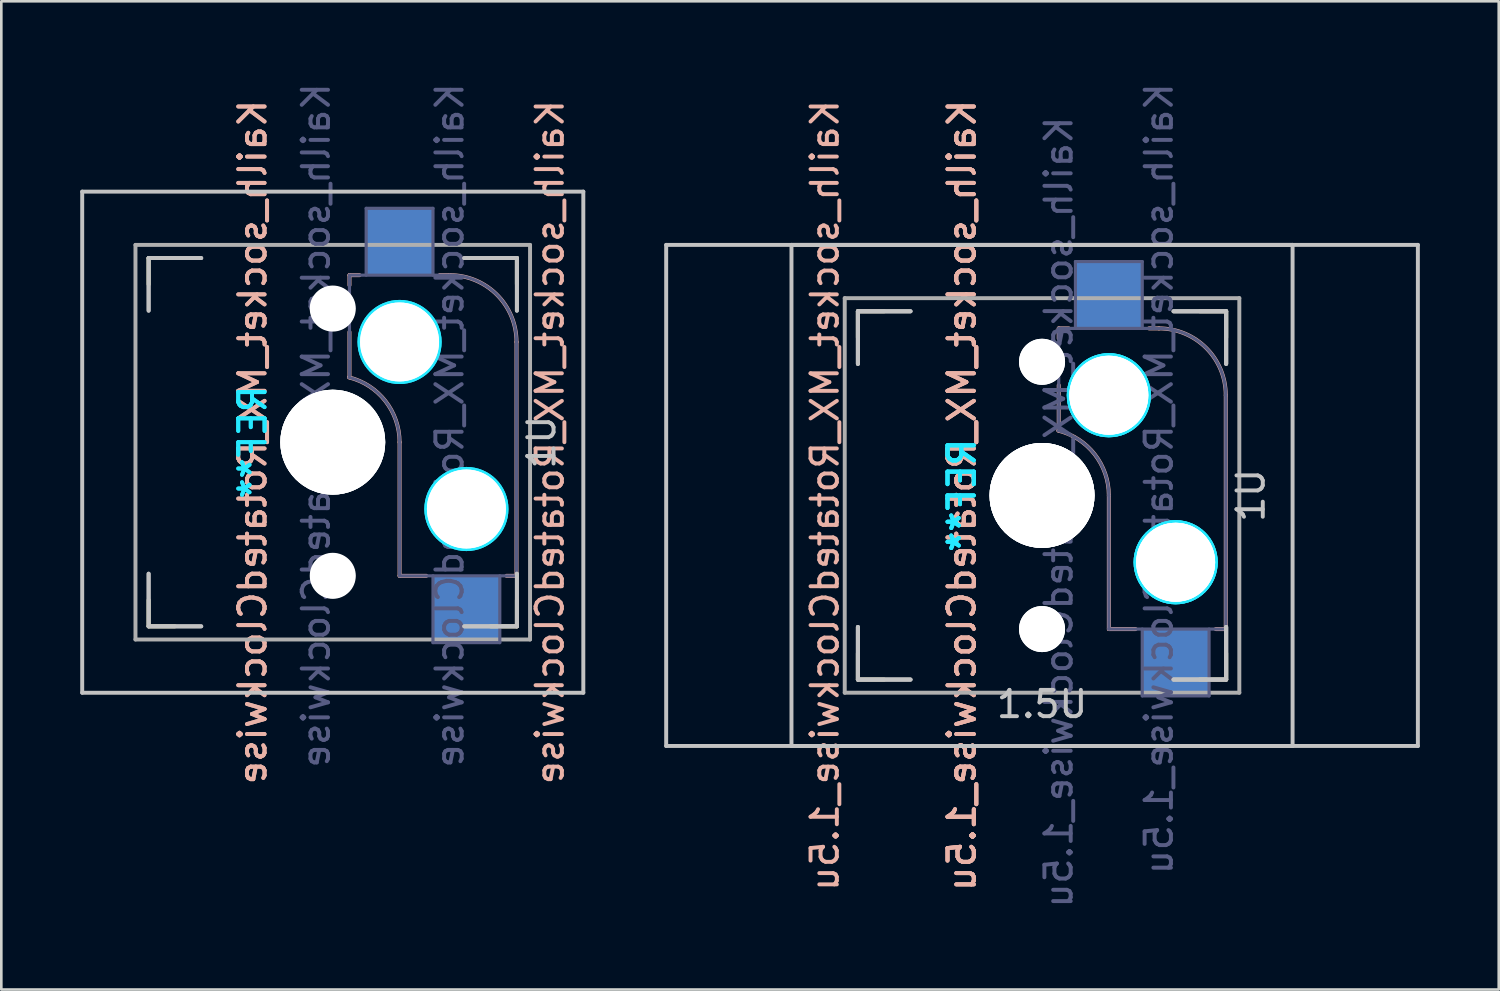
<source format=kicad_pcb>
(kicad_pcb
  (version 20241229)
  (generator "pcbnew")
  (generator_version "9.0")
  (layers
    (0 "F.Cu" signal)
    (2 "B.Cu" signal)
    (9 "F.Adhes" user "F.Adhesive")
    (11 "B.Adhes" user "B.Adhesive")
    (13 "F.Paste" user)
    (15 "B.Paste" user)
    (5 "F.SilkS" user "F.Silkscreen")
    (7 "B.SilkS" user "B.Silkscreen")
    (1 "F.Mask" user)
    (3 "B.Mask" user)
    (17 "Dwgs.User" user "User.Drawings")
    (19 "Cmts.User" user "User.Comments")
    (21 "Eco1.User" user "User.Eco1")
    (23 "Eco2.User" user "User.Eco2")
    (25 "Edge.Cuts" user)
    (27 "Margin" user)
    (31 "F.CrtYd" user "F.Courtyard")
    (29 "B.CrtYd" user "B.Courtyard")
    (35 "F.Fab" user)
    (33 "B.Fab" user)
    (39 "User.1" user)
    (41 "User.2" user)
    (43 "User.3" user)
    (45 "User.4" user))
  (footprint "Kailh_socket_MX_RotatedClockwise"
    (layer "F.Cu")
    (at 9.6 13.76)
    (property "Reference" "Kailh_socket_MX_RotatedClockwise" (at 8.255 0 270) (layer "B.SilkS") (effects (font (size 1 1) (thickness 0.15)) (justify mirror)))
    (property "Value" "Kailh_socket_MX_RotatedClockwise" (at -8.255 0 270) (layer "F.Fab") (hide yes) (effects (font (size 1 1) (thickness 0.15))))
    (attr smd)
    (fp_line (start -7 -7) (end -7 -6) (stroke (width 0.15) (type solid)) (layer "F.SilkS"))
    (fp_line (start -7 -7) (end -6 -7) (stroke (width 0.15) (type solid)) (layer "F.SilkS"))
    (fp_line (start -7 6) (end -7 7) (stroke (width 0.15) (type solid)) (layer "F.SilkS"))
    (fp_line (start -6 7) (end -7 7) (stroke (width 0.15) (type solid)) (layer "F.SilkS"))
    (fp_line (start 6 -7) (end 7 -7) (stroke (width 0.15) (type solid)) (layer "F.SilkS"))
    (fp_line (start 7 -6) (end 7 -7) (stroke (width 0.15) (type solid)) (layer "F.SilkS"))
    (fp_line (start 7 7) (end 6 7) (stroke (width 0.15) (type solid)) (layer "F.SilkS"))
    (fp_line (start 7 7) (end 7 6) (stroke (width 0.15) (type solid)) (layer "F.SilkS"))
    (fp_line (start 0.635 -5.969) (end 0.635 -6.35) (stroke (width 0.15) (type solid)) (layer "B.SilkS"))
    (fp_line (start 0.635 -2.464) (end 0.635 -4.191) (stroke (width 0.15) (type solid)) (layer "B.SilkS"))
    (fp_line (start 1.016 -6.35) (end 0.635 -6.35) (stroke (width 0.15) (type solid)) (layer "B.SilkS"))
    (fp_line (start 2.54 5.08) (end 2.54 0) (stroke (width 0.15) (type solid)) (layer "B.SilkS"))
    (fp_line (start 3.556 5.08) (end 2.54 5.08) (stroke (width 0.15) (type solid)) (layer "B.SilkS"))
    (fp_line (start 4.445 -6.35) (end 4.064 -6.35) (stroke (width 0.15) (type solid)) (layer "B.SilkS"))
    (fp_line (start 6.985 -3.81) (end 6.985 5.08) (stroke (width 0.15) (type solid)) (layer "B.SilkS"))
    (fp_line (start 6.985 5.08) (end 6.604 5.08) (stroke (width 0.15) (type solid)) (layer "B.SilkS"))
    (fp_arc (start 0.61604 -2.464162) (mid 2.002042 -1.563147) (end 2.54 0) (stroke (width 0.15) (type solid)) (layer "B.SilkS"))
    (fp_arc (start 4.445 -6.35) (mid 6.241051 -5.606051) (end 6.985 -3.81) (stroke (width 0.15) (type solid)) (layer "B.SilkS"))
    (fp_line (start -9.525 -9.525) (end 9.525 -9.525) (stroke (width 0.15) (type solid)) (layer "Dwgs.User"))
    (fp_line (start -9.525 9.525) (end -9.525 -9.525) (stroke (width 0.15) (type solid)) (layer "Dwgs.User"))
    (fp_line (start -7 -7) (end -7 -5) (stroke (width 0.15) (type solid)) (layer "Dwgs.User"))
    (fp_line (start -7 -7) (end -7 -5) (stroke (width 0.15) (type solid)) (layer "Dwgs.User"))
    (fp_line (start -7 5) (end -7 7) (stroke (width 0.15) (type solid)) (layer "Dwgs.User"))
    (fp_line (start -7 5) (end -7 7) (stroke (width 0.15) (type solid)) (layer "Dwgs.User"))
    (fp_line (start -7 7) (end -5 7) (stroke (width 0.15) (type solid)) (layer "Dwgs.User"))
    (fp_line (start -7 7) (end -5 7) (stroke (width 0.15) (type solid)) (layer "Dwgs.User"))
    (fp_line (start -5 -7) (end -7 -7) (stroke (width 0.15) (type solid)) (layer "Dwgs.User"))
    (fp_line (start -5 -7) (end -7 -7) (stroke (width 0.15) (type solid)) (layer "Dwgs.User"))
    (fp_line (start 7 -7) (end 5 -7) (stroke (width 0.15) (type solid)) (layer "Dwgs.User"))
    (fp_line (start 7 -7) (end 5 -7) (stroke (width 0.15) (type solid)) (layer "Dwgs.User"))
    (fp_line (start 7 -5) (end 7 -7) (stroke (width 0.15) (type solid)) (layer "Dwgs.User"))
    (fp_line (start 7 -5) (end 7 -7) (stroke (width 0.15) (type solid)) (layer "Dwgs.User"))
    (fp_line (start 7 5) (end 7 7) (stroke (width 0.15) (type solid)) (layer "Dwgs.User"))
    (fp_line (start 7 5) (end 7 7) (stroke (width 0.15) (type solid)) (layer "Dwgs.User"))
    (fp_line (start 7 7) (end 5 7) (stroke (width 0.15) (type solid)) (layer "Dwgs.User"))
    (fp_line (start 7 7) (end 5 7) (stroke (width 0.15) (type solid)) (layer "Dwgs.User"))
    (fp_line (start 9.525 -9.525) (end 9.525 9.525) (stroke (width 0.15) (type solid)) (layer "Dwgs.User"))
    (fp_line (start 9.525 9.525) (end -9.525 9.525) (stroke (width 0.15) (type solid)) (layer "Dwgs.User"))
    (fp_line (start -6.9 -6.9) (end -6.9 6.9) (stroke (width 0.15) (type solid)) (layer "Eco2.User"))
    (fp_line (start -6.9 -6.9) (end 6.9 -6.9) (stroke (width 0.15) (type solid)) (layer "Eco2.User"))
    (fp_line (start 6.9 6.9) (end -6.9 6.9) (stroke (width 0.15) (type solid)) (layer "Eco2.User"))
    (fp_line (start 6.9 6.9) (end 6.9 -6.9) (stroke (width 0.15) (type solid)) (layer "Eco2.User"))
    (fp_circle (center 2.54 -3.81) (end 4.064 -3.81) (stroke (width 0.15) (type solid)) (fill no) (layer "B.CrtYd"))
    (fp_circle (center 2.54 -3.81) (end 4.064 -3.81) (stroke (width 0.15) (type solid)) (fill no) (layer "B.CrtYd"))
    (fp_circle (center 5.08 2.54) (end 6.604 2.54) (stroke (width 0.15) (type solid)) (fill no) (layer "B.CrtYd"))
    (fp_circle (center 5.08 2.54) (end 6.604 2.54) (stroke (width 0.15) (type solid)) (fill no) (layer "B.CrtYd"))
    (fp_line (start 0.635 -6.35) (end 0.635 -2.54) (stroke (width 0.12) (type solid)) (layer "B.Fab"))
    (fp_line (start 0.635 -6.35) (end 4.445 -6.35) (stroke (width 0.12) (type solid)) (layer "B.Fab"))
    (fp_line (start 1.27 -8.89) (end 3.81 -8.89) (stroke (width 0.12) (type solid)) (layer "B.Fab"))
    (fp_line (start 1.27 -6.35) (end 1.27 -8.89) (stroke (width 0.12) (type solid)) (layer "B.Fab"))
    (fp_line (start 2.54 5.08) (end 2.54 0) (stroke (width 0.12) (type solid)) (layer "B.Fab"))
    (fp_line (start 3.81 -8.89) (end 3.81 -6.35) (stroke (width 0.12) (type solid)) (layer "B.Fab"))
    (fp_line (start 3.81 7.62) (end 3.81 5.08) (stroke (width 0.12) (type solid)) (layer "B.Fab"))
    (fp_line (start 6.35 5.08) (end 6.35 7.62) (stroke (width 0.12) (type solid)) (layer "B.Fab"))
    (fp_line (start 6.35 7.62) (end 3.81 7.62) (stroke (width 0.12) (type solid)) (layer "B.Fab"))
    (fp_line (start 6.985 -3.81) (end 6.985 5.08) (stroke (width 0.12) (type solid)) (layer "B.Fab"))
    (fp_line (start 6.985 5.08) (end 2.54 5.08) (stroke (width 0.12) (type solid)) (layer "B.Fab"))
    (fp_arc (start 0.61604 -2.464162) (mid 2.002042 -1.563147) (end 2.54 0) (stroke (width 0.12) (type solid)) (layer "B.Fab"))
    (fp_arc (start 4.445 -6.35) (mid 6.241051 -5.606051) (end 6.985 -3.81) (stroke (width 0.12) (type solid)) (layer "B.Fab"))
    (fp_line (start -7.5 -7.5) (end 7.5 -7.5) (stroke (width 0.15) (type solid)) (layer "F.Fab"))
    (fp_line (start -7.5 7.5) (end -7.5 -7.5) (stroke (width 0.15) (type solid)) (layer "F.Fab"))
    (fp_line (start 7.5 -7.5) (end 7.5 7.5) (stroke (width 0.15) (type solid)) (layer "F.Fab"))
    (fp_line (start 7.5 7.5) (end -7.5 7.5) (stroke (width 0.15) (type solid)) (layer "F.Fab"))
    (fp_text user "${REFERENCE}" (at -3.048 0 270) (layer "B.SilkS") (effects (font (size 1 1) (thickness 0.15)) (justify mirror)))
    (fp_text user "${REFERENCE}" (at -3.048 0 270) (layer "B.SilkS") (effects (font (size 1 1) (thickness 0.15)) (justify mirror)))
    (fp_text user "1U" (at 7.938 0 270) (layer "Dwgs.User") (effects (font (size 1 1) (thickness 0.15))))
    (fp_text user "REF**" (at -3.048 0 270) (layer "B.CrtYd") (effects (font (size 1 1) (thickness 0.15)) (justify mirror)))
    (fp_text user "REF**" (at -3.048 0 270) (layer "B.CrtYd") (effects (font (size 1 1) (thickness 0.15)) (justify mirror)))
    (fp_text user "${REFERENCE}" (at 4.445 -0.635 270) (layer "B.Fab") (effects (font (size 1 1) (thickness 0.15)) (justify mirror)))
    (fp_text user "${VALUE}" (at -0.635 -0.635 270) (layer "B.Fab") (effects (font (size 1 1) (thickness 0.15)) (justify mirror)))
    (pad "" np_thru_hole circle (at 0 -5.08 270) (size 1.702 1.702) (drill 1.702) (layers "*.Cu" "*.Mask"))
    (pad "" np_thru_hole circle (at 0 -5.08 318.1) (size 1.75 1.75) (drill 1.75) (layers "*.Cu" "*.Mask"))
    (pad "" np_thru_hole circle (at 0 0 270) (size 3.988 3.988) (drill 3.988) (layers "*.Cu" "*.Mask"))
    (pad "" np_thru_hole circle (at 0 0 270) (size 3.988 3.988) (drill 3.988) (layers "*.Cu" "*.Mask"))
    (pad "" np_thru_hole circle (at 0 0 270) (size 3.988 3.988) (drill 3.988) (layers "*.Cu" "*.Mask"))
    (pad "" np_thru_hole circle (at 0 5.08 270) (size 1.702 1.702) (drill 1.702) (layers "*.Cu" "*.Mask"))
    (pad "" np_thru_hole circle (at 0 5.08 318.1) (size 1.75 1.75) (drill 1.75) (layers "*.Cu" "*.Mask"))
    (pad "" np_thru_hole circle (at 2.54 -3.81 270) (size 3 3) (drill 3) (layers "*.Cu" "*.Mask"))
    (pad "" np_thru_hole circle (at 2.54 -3.81 270) (size 3 3) (drill 3) (layers "*.Cu" "*.Mask"))
    (pad "" np_thru_hole circle (at 5.08 2.54 270) (size 3 3) (drill 3) (layers "*.Cu" "*.Mask"))
    (pad "" np_thru_hole circle (at 5.08 2.54 270) (size 3 3) (drill 3) (layers "*.Cu" "*.Mask"))
    (pad "1" smd rect (at 2.54 -7.62 270) (size 2.55 2.5) (layers "B.Cu" "B.Mask" "B.Paste"))
    (pad "2" smd rect (at 5.08 6.35 270) (size 2.55 2.5) (layers "B.Cu" "B.Mask" "B.Paste")))
  (footprint "Kailh_socket_MX_RotatedClockwise_1.5u"
    (layer "F.Cu")
    (at 31.991 15.276)
    (property "Reference" "Kailh_socket_MX_RotatedClockwise_1.5u" (at -3.683 0.508 90) (layer "B.SilkS") (effects (font (size 1 1) (thickness 0.15)) (justify mirror)))
    (property "Value" "Kailh_socket_MX_RotatedClockwise_1.5u" (at 12.827 0.508 90) (layer "F.Fab") (hide yes) (effects (font (size 1 1) (thickness 0.15))))
    (attr smd)
    (fp_line (start -2.428 -6.492) (end -2.428 -5.492) (stroke (width 0.15) (type solid)) (layer "F.SilkS"))
    (fp_line (start -2.428 -6.492) (end -1.428 -6.492) (stroke (width 0.15) (type solid)) (layer "F.SilkS"))
    (fp_line (start -2.428 6.508) (end -2.428 7.508) (stroke (width 0.15) (type solid)) (layer "F.SilkS"))
    (fp_line (start -1.428 7.508) (end -2.428 7.508) (stroke (width 0.15) (type solid)) (layer "F.SilkS"))
    (fp_line (start 10.572 -6.492) (end 11.572 -6.492) (stroke (width 0.15) (type solid)) (layer "F.SilkS"))
    (fp_line (start 11.572 -5.492) (end 11.572 -6.492) (stroke (width 0.15) (type solid)) (layer "F.SilkS"))
    (fp_line (start 11.572 7.508) (end 10.572 7.508) (stroke (width 0.15) (type solid)) (layer "F.SilkS"))
    (fp_line (start 11.572 7.508) (end 11.572 6.508) (stroke (width 0.15) (type solid)) (layer "F.SilkS"))
    (fp_line (start 5.207 -5.461) (end 5.207 -5.842) (stroke (width 0.15) (type solid)) (layer "B.SilkS"))
    (fp_line (start 5.207 -1.956) (end 5.207 -3.683) (stroke (width 0.15) (type solid)) (layer "B.SilkS"))
    (fp_line (start 5.588 -5.842) (end 5.207 -5.842) (stroke (width 0.15) (type solid)) (layer "B.SilkS"))
    (fp_line (start 7.112 5.588) (end 7.112 0.508) (stroke (width 0.15) (type solid)) (layer "B.SilkS"))
    (fp_line (start 8.128 5.588) (end 7.112 5.588) (stroke (width 0.15) (type solid)) (layer "B.SilkS"))
    (fp_line (start 9.017 -5.842) (end 8.636 -5.842) (stroke (width 0.15) (type solid)) (layer "B.SilkS"))
    (fp_line (start 11.557 -3.302) (end 11.557 5.588) (stroke (width 0.15) (type solid)) (layer "B.SilkS"))
    (fp_line (start 11.557 5.588) (end 11.176 5.588) (stroke (width 0.15) (type solid)) (layer "B.SilkS"))
    (fp_arc (start 5.18804 -1.956162) (mid 6.574042 -1.055147) (end 7.112 0.508) (stroke (width 0.15) (type solid)) (layer "B.SilkS"))
    (fp_arc (start 9.017 -5.842) (mid 10.813051 -5.098051) (end 11.557 -3.302) (stroke (width 0.15) (type solid)) (layer "B.SilkS"))
    (fp_line (start -9.716 -9.017) (end 18.86 -9.017) (stroke (width 0.15) (type solid)) (layer "Dwgs.User"))
    (fp_line (start -9.716 10.033) (end -9.716 -9.017) (stroke (width 0.15) (type solid)) (layer "Dwgs.User"))
    (fp_line (start -4.953 -9.017) (end 14.097 -9.017) (stroke (width 0.15) (type solid)) (layer "Dwgs.User"))
    (fp_line (start -4.953 10.033) (end -4.953 -9.017) (stroke (width 0.15) (type solid)) (layer "Dwgs.User"))
    (fp_line (start -2.428 -6.492) (end -2.428 -4.492) (stroke (width 0.15) (type solid)) (layer "Dwgs.User"))
    (fp_line (start -2.428 -6.492) (end -2.428 -4.492) (stroke (width 0.15) (type solid)) (layer "Dwgs.User"))
    (fp_line (start -2.428 -6.492) (end -2.428 -4.492) (stroke (width 0.15) (type solid)) (layer "Dwgs.User"))
    (fp_line (start -2.428 5.508) (end -2.428 7.508) (stroke (width 0.15) (type solid)) (layer "Dwgs.User"))
    (fp_line (start -2.428 5.508) (end -2.428 7.508) (stroke (width 0.15) (type solid)) (layer "Dwgs.User"))
    (fp_line (start -2.428 5.508) (end -2.428 7.508) (stroke (width 0.15) (type solid)) (layer "Dwgs.User"))
    (fp_line (start -2.428 7.508) (end -0.428 7.508) (stroke (width 0.15) (type solid)) (layer "Dwgs.User"))
    (fp_line (start -2.428 7.508) (end -0.428 7.508) (stroke (width 0.15) (type solid)) (layer "Dwgs.User"))
    (fp_line (start -2.428 7.508) (end -0.428 7.508) (stroke (width 0.15) (type solid)) (layer "Dwgs.User"))
    (fp_line (start -0.428 -6.492) (end -2.428 -6.492) (stroke (width 0.15) (type solid)) (layer "Dwgs.User"))
    (fp_line (start -0.428 -6.492) (end -2.428 -6.492) (stroke (width 0.15) (type solid)) (layer "Dwgs.User"))
    (fp_line (start -0.428 -6.492) (end -2.428 -6.492) (stroke (width 0.15) (type solid)) (layer "Dwgs.User"))
    (fp_line (start 11.572 -6.492) (end 9.572 -6.492) (stroke (width 0.15) (type solid)) (layer "Dwgs.User"))
    (fp_line (start 11.572 -6.492) (end 9.572 -6.492) (stroke (width 0.15) (type solid)) (layer "Dwgs.User"))
    (fp_line (start 11.572 -6.492) (end 9.572 -6.492) (stroke (width 0.15) (type solid)) (layer "Dwgs.User"))
    (fp_line (start 11.572 -4.492) (end 11.572 -6.492) (stroke (width 0.15) (type solid)) (layer "Dwgs.User"))
    (fp_line (start 11.572 -4.492) (end 11.572 -6.492) (stroke (width 0.15) (type solid)) (layer "Dwgs.User"))
    (fp_line (start 11.572 -4.492) (end 11.572 -6.492) (stroke (width 0.15) (type solid)) (layer "Dwgs.User"))
    (fp_line (start 11.572 5.508) (end 11.572 7.508) (stroke (width 0.15) (type solid)) (layer "Dwgs.User"))
    (fp_line (start 11.572 5.508) (end 11.572 7.508) (stroke (width 0.15) (type solid)) (layer "Dwgs.User"))
    (fp_line (start 11.572 5.508) (end 11.572 7.508) (stroke (width 0.15) (type solid)) (layer "Dwgs.User"))
    (fp_line (start 11.572 7.508) (end 9.572 7.508) (stroke (width 0.15) (type solid)) (layer "Dwgs.User"))
    (fp_line (start 11.572 7.508) (end 9.572 7.508) (stroke (width 0.15) (type solid)) (layer "Dwgs.User"))
    (fp_line (start 11.572 7.508) (end 9.572 7.508) (stroke (width 0.15) (type solid)) (layer "Dwgs.User"))
    (fp_line (start 14.097 -9.017) (end 14.097 10.033) (stroke (width 0.15) (type solid)) (layer "Dwgs.User"))
    (fp_line (start 14.097 10.033) (end -4.953 10.033) (stroke (width 0.15) (type solid)) (layer "Dwgs.User"))
    (fp_line (start 18.86 -9.017) (end 18.86 10.033) (stroke (width 0.15) (type solid)) (layer "Dwgs.User"))
    (fp_line (start 18.86 10.033) (end -9.716 10.033) (stroke (width 0.15) (type solid)) (layer "Dwgs.User"))
    (fp_line (start -2.328 -6.392) (end -2.328 7.408) (stroke (width 0.15) (type solid)) (layer "Eco2.User"))
    (fp_line (start -2.328 -6.392) (end 11.472 -6.392) (stroke (width 0.15) (type solid)) (layer "Eco2.User"))
    (fp_line (start 11.472 7.408) (end -2.328 7.408) (stroke (width 0.15) (type solid)) (layer "Eco2.User"))
    (fp_line (start 11.472 7.408) (end 11.472 -6.392) (stroke (width 0.15) (type solid)) (layer "Eco2.User"))
    (fp_circle (center 7.112 -3.302) (end 8.636 -3.302) (stroke (width 0.15) (type solid)) (fill no) (layer "B.CrtYd"))
    (fp_circle (center 7.112 -3.302) (end 8.636 -3.302) (stroke (width 0.15) (type solid)) (fill no) (layer "B.CrtYd"))
    (fp_circle (center 7.112 -3.302) (end 8.636 -3.302) (stroke (width 0.15) (type solid)) (fill no) (layer "B.CrtYd"))
    (fp_circle (center 9.652 3.048) (end 11.176 3.048) (stroke (width 0.15) (type solid)) (fill no) (layer "B.CrtYd"))
    (fp_circle (center 9.652 3.048) (end 11.176 3.048) (stroke (width 0.15) (type solid)) (fill no) (layer "B.CrtYd"))
    (fp_circle (center 9.652 3.048) (end 11.176 3.048) (stroke (width 0.15) (type solid)) (fill no) (layer "B.CrtYd"))
    (fp_line (start 5.207 -5.842) (end 5.207 -2.032) (stroke (width 0.12) (type solid)) (layer "B.Fab"))
    (fp_line (start 5.207 -5.842) (end 9.017 -5.842) (stroke (width 0.12) (type solid)) (layer "B.Fab"))
    (fp_line (start 5.842 -8.382) (end 8.382 -8.382) (stroke (width 0.12) (type solid)) (layer "B.Fab"))
    (fp_line (start 5.842 -5.842) (end 5.842 -8.382) (stroke (width 0.12) (type solid)) (layer "B.Fab"))
    (fp_line (start 7.112 5.588) (end 7.112 0.508) (stroke (width 0.12) (type solid)) (layer "B.Fab"))
    (fp_line (start 8.382 -8.382) (end 8.382 -5.842) (stroke (width 0.12) (type solid)) (layer "B.Fab"))
    (fp_line (start 8.382 8.128) (end 8.382 5.588) (stroke (width 0.12) (type solid)) (layer "B.Fab"))
    (fp_line (start 10.922 5.588) (end 10.922 8.128) (stroke (width 0.12) (type solid)) (layer "B.Fab"))
    (fp_line (start 10.922 8.128) (end 8.382 8.128) (stroke (width 0.12) (type solid)) (layer "B.Fab"))
    (fp_line (start 11.557 -3.302) (end 11.557 5.588) (stroke (width 0.12) (type solid)) (layer "B.Fab"))
    (fp_line (start 11.557 5.588) (end 7.112 5.588) (stroke (width 0.12) (type solid)) (layer "B.Fab"))
    (fp_arc (start 5.18804 -1.956162) (mid 6.574042 -1.055147) (end 7.112 0.508) (stroke (width 0.12) (type solid)) (layer "B.Fab"))
    (fp_arc (start 9.017 -5.842) (mid 10.813051 -5.098051) (end 11.557 -3.302) (stroke (width 0.12) (type solid)) (layer "B.Fab"))
    (fp_line (start -2.928 -6.992) (end 12.072 -6.992) (stroke (width 0.15) (type solid)) (layer "F.Fab"))
    (fp_line (start -2.928 8.008) (end -2.928 -6.992) (stroke (width 0.15) (type solid)) (layer "F.Fab"))
    (fp_line (start 12.072 -6.992) (end 12.072 8.008) (stroke (width 0.15) (type solid)) (layer "F.Fab"))
    (fp_line (start 12.072 8.008) (end -2.928 8.008) (stroke (width 0.15) (type solid)) (layer "F.Fab"))
    (fp_text user "${REFERENCE}" (at 1.524 0.508 270) (layer "B.SilkS") (effects (font (size 1 1) (thickness 0.15)) (justify mirror)))
    (fp_text user "${REFERENCE}" (at 1.524 0.508 270) (layer "B.SilkS") (effects (font (size 1 1) (thickness 0.15)) (justify mirror)))
    (fp_text user "${REFERENCE}" (at 1.524 0.508 270) (layer "B.SilkS") (effects (font (size 1 1) (thickness 0.15)) (justify mirror)))
    (fp_text user "1U" (at 12.509 0.508 270) (layer "Dwgs.User") (effects (font (size 1 1) (thickness 0.15))))
    (fp_text user "1.5U" (at 4.572 8.445 180) (layer "Dwgs.User") (effects (font (size 1 1) (thickness 0.15))))
    (fp_text user "REF**" (at 1.524 0.508 270) (layer "B.CrtYd") (effects (font (size 1 1) (thickness 0.15)) (justify mirror)))
    (fp_text user "REF**" (at 1.524 0.508 270) (layer "B.CrtYd") (effects (font (size 1 1) (thickness 0.15)) (justify mirror)))
    (fp_text user "REF**" (at 1.524 0.508 270) (layer "B.CrtYd") (effects (font (size 1 1) (thickness 0.15)) (justify mirror)))
    (fp_text user "${VALUE}" (at 5.207 1.143 90) (layer "B.Fab") (effects (font (size 1 1) (thickness 0.15)) (justify mirror)))
    (fp_text user "${REFERENCE}" (at 9.017 -0.127 270) (layer "B.Fab") (effects (font (size 1 1) (thickness 0.15)) (justify mirror)))
    (pad "" np_thru_hole circle (at 4.572 -4.572 270) (size 1.702 1.702) (drill 1.702) (layers "*.Cu" "*.Mask"))
    (pad "" np_thru_hole circle (at 4.572 -4.572 318.1) (size 1.75 1.75) (drill 1.75) (layers "*.Cu" "*.Mask"))
    (pad "" np_thru_hole circle (at 4.572 -4.572 318.1) (size 1.75 1.75) (drill 1.75) (layers "*.Cu" "*.Mask"))
    (pad "" np_thru_hole circle (at 4.572 0.508 270) (size 3.988 3.988) (drill 3.988) (layers "*.Cu" "*.Mask"))
    (pad "" np_thru_hole circle (at 4.572 0.508 270) (size 3.988 3.988) (drill 3.988) (layers "*.Cu" "*.Mask"))
    (pad "" np_thru_hole circle (at 4.572 0.508 270) (size 3.988 3.988) (drill 3.988) (layers "*.Cu" "*.Mask"))
    (pad "" np_thru_hole circle (at 4.572 0.508 270) (size 3.988 3.988) (drill 3.988) (layers "*.Cu" "*.Mask"))
    (pad "" np_thru_hole circle (at 4.572 5.588 270) (size 1.702 1.702) (drill 1.702) (layers "*.Cu" "*.Mask"))
    (pad "" np_thru_hole circle (at 4.572 5.588 318.1) (size 1.75 1.75) (drill 1.75) (layers "*.Cu" "*.Mask"))
    (pad "" np_thru_hole circle (at 4.572 5.588 318.1) (size 1.75 1.75) (drill 1.75) (layers "*.Cu" "*.Mask"))
    (pad "" np_thru_hole circle (at 7.112 -3.302 270) (size 3 3) (drill 3) (layers "*.Cu" "*.Mask"))
    (pad "" np_thru_hole circle (at 7.112 -3.302 270) (size 3 3) (drill 3) (layers "*.Cu" "*.Mask"))
    (pad "" np_thru_hole circle (at 7.112 -3.302 270) (size 3 3) (drill 3) (layers "*.Cu" "*.Mask"))
    (pad "" np_thru_hole circle (at 9.652 3.048 270) (size 3 3) (drill 3) (layers "*.Cu" "*.Mask"))
    (pad "" np_thru_hole circle (at 9.652 3.048 270) (size 3 3) (drill 3) (layers "*.Cu" "*.Mask"))
    (pad "" np_thru_hole circle (at 9.652 3.048 270) (size 3 3) (drill 3) (layers "*.Cu" "*.Mask"))
    (pad "1" smd rect (at 7.112 -7.112 270) (size 2.55 2.5) (layers "B.Cu" "B.Mask" "B.Paste"))
    (pad "2" smd rect (at 9.652 6.858 270) (size 2.55 2.5) (layers "B.Cu" "B.Mask" "B.Paste")))
  (gr_rect
    (start -3 -3)
    (end 53.925 34.568)
    (stroke (width 0.1) (type default))
    (fill no)
    (layer "Edge.Cuts")))
</source>
